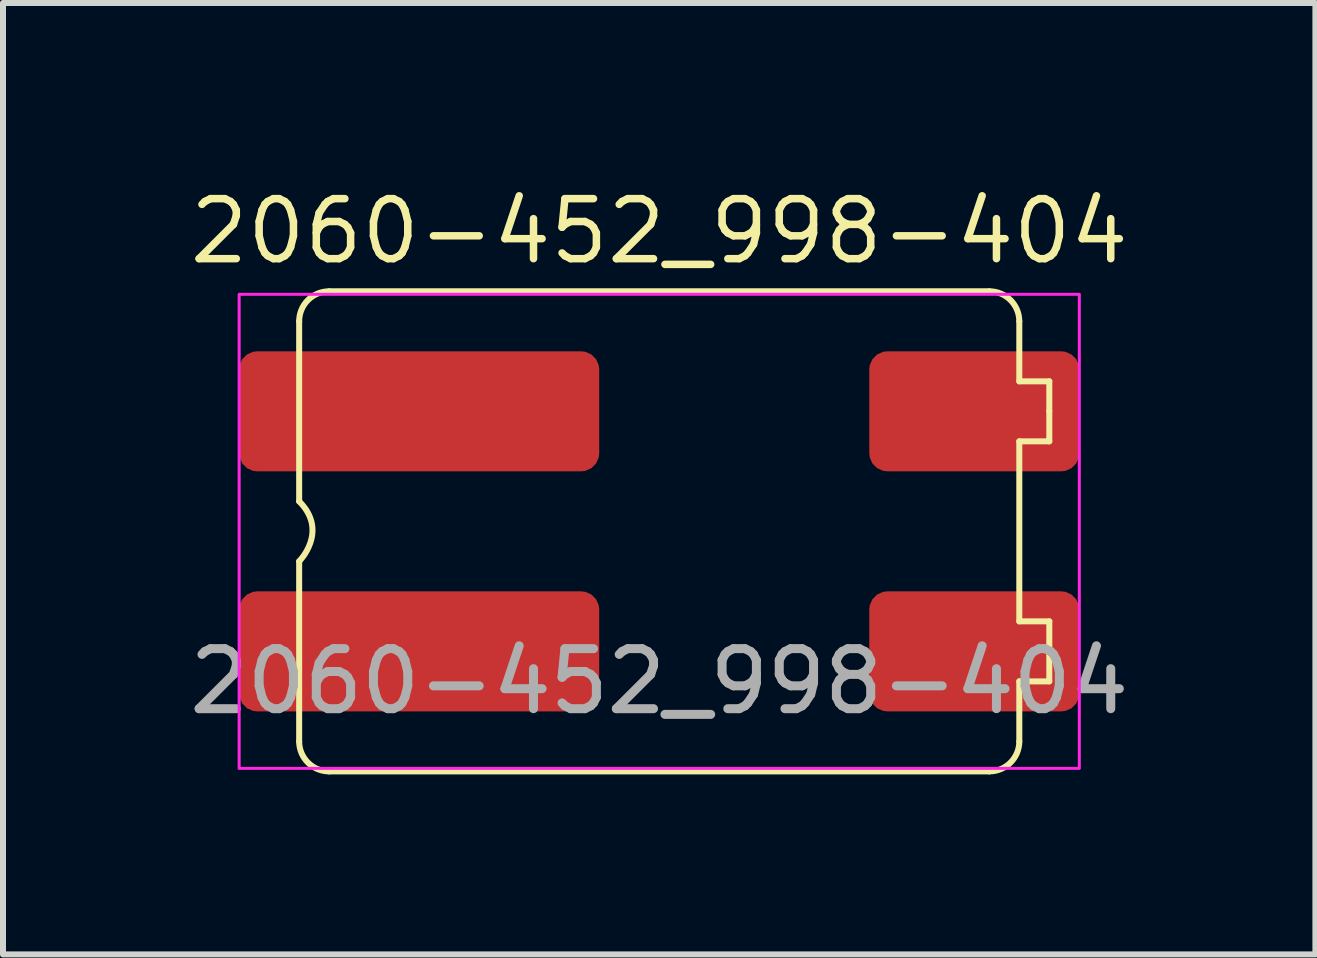
<source format=kicad_pcb>
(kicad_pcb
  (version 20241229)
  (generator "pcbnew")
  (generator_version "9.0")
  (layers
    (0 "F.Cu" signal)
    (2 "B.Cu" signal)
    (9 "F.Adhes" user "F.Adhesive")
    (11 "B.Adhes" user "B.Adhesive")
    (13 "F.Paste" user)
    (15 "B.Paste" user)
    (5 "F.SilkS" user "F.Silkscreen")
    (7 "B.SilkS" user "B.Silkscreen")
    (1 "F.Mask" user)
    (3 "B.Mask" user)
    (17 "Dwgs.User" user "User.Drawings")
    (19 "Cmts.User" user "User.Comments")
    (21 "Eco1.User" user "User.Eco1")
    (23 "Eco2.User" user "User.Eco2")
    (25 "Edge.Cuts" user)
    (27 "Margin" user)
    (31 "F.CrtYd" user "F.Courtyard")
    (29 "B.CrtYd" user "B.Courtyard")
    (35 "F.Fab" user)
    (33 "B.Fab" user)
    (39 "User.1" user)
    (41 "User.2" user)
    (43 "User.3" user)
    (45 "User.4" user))
  (footprint "2060-452_998-404"
    (layer "F.Cu")
    (at 7.935 5.804)
    (property "Reference" "2060-452_998-404" (at 0 -5 0) (unlocked yes) (layer "F.SilkS") (effects (font (size 1 1) (thickness 0.125))))
    (attr smd)
    (fp_line (start -6 -3.5) (end -6 -0.5) (stroke (width 0.1) (type default)) (layer "F.SilkS"))
    (fp_line (start -6 3.5) (end -6 0.5) (stroke (width 0.1) (type default)) (layer "F.SilkS"))
    (fp_line (start -5.5 -4) (end 5.5 -4) (stroke (width 0.1) (type default)) (layer "F.SilkS"))
    (fp_line (start 5.5 4) (end -5.5 4) (stroke (width 0.1) (type default)) (layer "F.SilkS"))
    (fp_line (start 6 -3.5) (end 6 -2.5) (stroke (width 0.1) (type default)) (layer "F.SilkS"))
    (fp_line (start 6 -2.5) (end 6.5 -2.5) (stroke (width 0.1) (type default)) (layer "F.SilkS"))
    (fp_line (start 6 -1.5) (end 6 1.5) (stroke (width 0.1) (type default)) (layer "F.SilkS"))
    (fp_line (start 6 1.5) (end 6.5 1.5) (stroke (width 0.1) (type default)) (layer "F.SilkS"))
    (fp_line (start 6 2.5) (end 6 3.5) (stroke (width 0.1) (type default)) (layer "F.SilkS"))
    (fp_line (start 6.5 -2.5) (end 6.5 -2) (stroke (width 0.1) (type default)) (layer "F.SilkS"))
    (fp_line (start 6.5 -2) (end 6.5 -1.5) (stroke (width 0.1) (type default)) (layer "F.SilkS"))
    (fp_line (start 6.5 -1.5) (end 6 -1.5) (stroke (width 0.1) (type default)) (layer "F.SilkS"))
    (fp_line (start 6.5 1.5) (end 6.5 2.5) (stroke (width 0.1) (type default)) (layer "F.SilkS"))
    (fp_line (start 6.5 2.5) (end 6 2.5) (stroke (width 0.1) (type default)) (layer "F.SilkS"))
    (fp_arc (start -6 -3.5) (mid -5.853553 -3.853553) (end -5.5 -4) (stroke (width 0.1) (type default)) (layer "F.SilkS"))
    (fp_arc (start -5.5 4) (mid -5.853553 3.853553) (end -6 3.5) (stroke (width 0.1) (type default)) (layer "F.SilkS"))
    (fp_arc (start 5.5 -4) (mid 5.853553 -3.853553) (end 6 -3.5) (stroke (width 0.1) (type default)) (layer "F.SilkS"))
    (fp_arc (start 6 3.5) (mid 5.853553 3.853553) (end 5.5 4) (stroke (width 0.1) (type default)) (layer "F.SilkS"))
    (fp_curve (pts (xy -6 -0.5) (xy -5.5 0) (xy -6 0.5) (xy -6 0.5)) (stroke (width 0.1) (type default)) (layer "F.SilkS"))
    (fp_rect (start -7 -3.95) (end 7 3.95) (stroke (width 0.05) (type solid)) (fill no) (layer "F.CrtYd"))
    (fp_text user "${REFERENCE}" (at 0 2.5 0) (unlocked yes) (layer "F.Fab") (effects (font (size 1 1) (thickness 0.15))))
    (pad "1" smd roundrect (at -4 -2) (size 6 2) (layers "F.Cu" "F.Mask" "F.Paste") (roundrect_rratio 0.15))
    (pad "1" smd roundrect (at 5.25 -2) (size 3.5 2) (layers "F.Cu" "F.Mask" "F.Paste") (roundrect_rratio 0.15))
    (pad "2" smd roundrect (at -4 2) (size 6 2) (layers "F.Cu" "F.Mask" "F.Paste") (roundrect_rratio 0.15))
    (pad "2" smd roundrect (at 5.25 2) (size 3.5 2) (layers "F.Cu" "F.Mask" "F.Paste") (roundrect_rratio 0.15)))
  (gr_rect
    (start -3 -3)
    (end 18.869 12.854)
    (stroke (width 0.1) (type default))
    (fill no)
    (layer "Edge.Cuts")))
</source>
